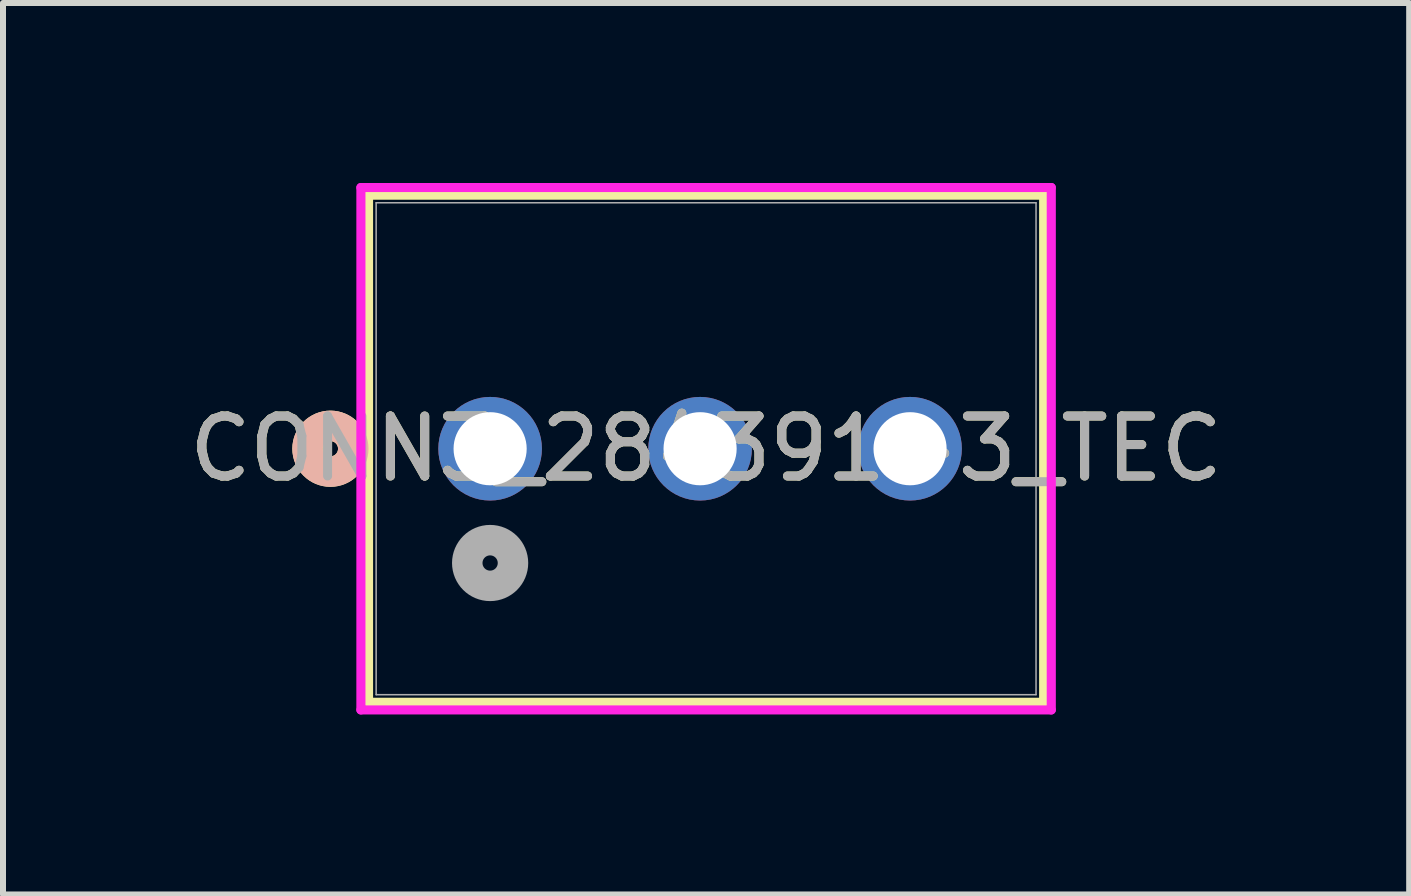
<source format=kicad_pcb>
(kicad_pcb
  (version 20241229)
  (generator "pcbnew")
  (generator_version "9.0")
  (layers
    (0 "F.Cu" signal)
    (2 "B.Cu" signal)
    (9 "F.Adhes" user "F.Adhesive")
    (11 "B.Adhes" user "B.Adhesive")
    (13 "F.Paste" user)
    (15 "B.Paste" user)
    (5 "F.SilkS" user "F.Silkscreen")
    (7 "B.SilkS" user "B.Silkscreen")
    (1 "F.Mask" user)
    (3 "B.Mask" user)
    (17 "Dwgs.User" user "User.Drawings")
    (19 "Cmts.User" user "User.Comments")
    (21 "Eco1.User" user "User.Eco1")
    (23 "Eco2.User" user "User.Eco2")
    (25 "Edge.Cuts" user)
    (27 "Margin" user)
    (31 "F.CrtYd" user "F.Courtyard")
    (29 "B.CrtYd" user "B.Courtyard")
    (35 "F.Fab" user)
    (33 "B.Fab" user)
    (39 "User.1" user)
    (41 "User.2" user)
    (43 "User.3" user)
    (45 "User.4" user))
  (footprint "CONN3_284391-3_TEC"
    (layer "F.Cu")
    (at 5.12 4.43)
    (property "Reference" "CONN3_284391-3_TEC" (at 3.6 0 0) (unlocked yes) (layer "F.SilkS") (effects (font (size 1 1) (thickness 0.15))))
    (attr through_hole)
    (fp_line (start -2.027 -4.227) (end -2.027 4.227) (stroke (width 0.152) (type solid)) (layer "F.SilkS"))
    (fp_line (start -2.027 4.227) (end 9.227 4.227) (stroke (width 0.152) (type solid)) (layer "F.SilkS"))
    (fp_line (start 9.227 -4.227) (end -2.027 -4.227) (stroke (width 0.152) (type solid)) (layer "F.SilkS"))
    (fp_line (start 9.227 4.227) (end 9.227 -4.227) (stroke (width 0.152) (type solid)) (layer "F.SilkS"))
    (fp_circle (center -2.662 0) (end -2.281 0) (stroke (width 0.508) (type solid)) (fill no) (layer "F.SilkS"))
    (fp_circle (center -2.662 0) (end -2.281 0) (stroke (width 0.508) (type solid)) (fill no) (layer "B.SilkS"))
    (fp_line (start -2.154 -4.354) (end -2.154 4.354) (stroke (width 0.152) (type solid)) (layer "F.CrtYd"))
    (fp_line (start -2.154 4.354) (end 9.354 4.354) (stroke (width 0.152) (type solid)) (layer "F.CrtYd"))
    (fp_line (start 9.354 -4.354) (end -2.154 -4.354) (stroke (width 0.152) (type solid)) (layer "F.CrtYd"))
    (fp_line (start 9.354 4.354) (end 9.354 -4.354) (stroke (width 0.152) (type solid)) (layer "F.CrtYd"))
    (fp_line (start -1.9 -4.1) (end -1.9 4.1) (stroke (width 0.025) (type solid)) (layer "F.Fab"))
    (fp_line (start -1.9 4.1) (end 9.1 4.1) (stroke (width 0.025) (type solid)) (layer "F.Fab"))
    (fp_line (start 9.1 -4.1) (end -1.9 -4.1) (stroke (width 0.025) (type solid)) (layer "F.Fab"))
    (fp_line (start 9.1 4.1) (end 9.1 -4.1) (stroke (width 0.025) (type solid)) (layer "F.Fab"))
    (fp_circle (center 0 1.905) (end 0.381 1.905) (stroke (width 0.508) (type solid)) (fill no) (layer "F.Fab"))
    (fp_text user "${REFERENCE}" (at 3.6 0 0) (unlocked yes) (layer "F.Fab") (effects (font (size 1 1) (thickness 0.15))))
    (pad "1" thru_hole circle (at 0 0) (size 1.727 1.727) (drill 1.219) (layers "*.Cu" "*.Mask"))
    (pad "2" thru_hole circle (at 3.5 0) (size 1.727 1.727) (drill 1.219) (layers "*.Cu" "*.Mask"))
    (pad "3" thru_hole circle (at 7 0) (size 1.727 1.727) (drill 1.219) (layers "*.Cu" "*.Mask")))
  (gr_rect
    (start -3 -3)
    (end 20.44 11.86)
    (stroke (width 0.1) (type default))
    (fill no)
    (layer "Edge.Cuts")))
</source>
